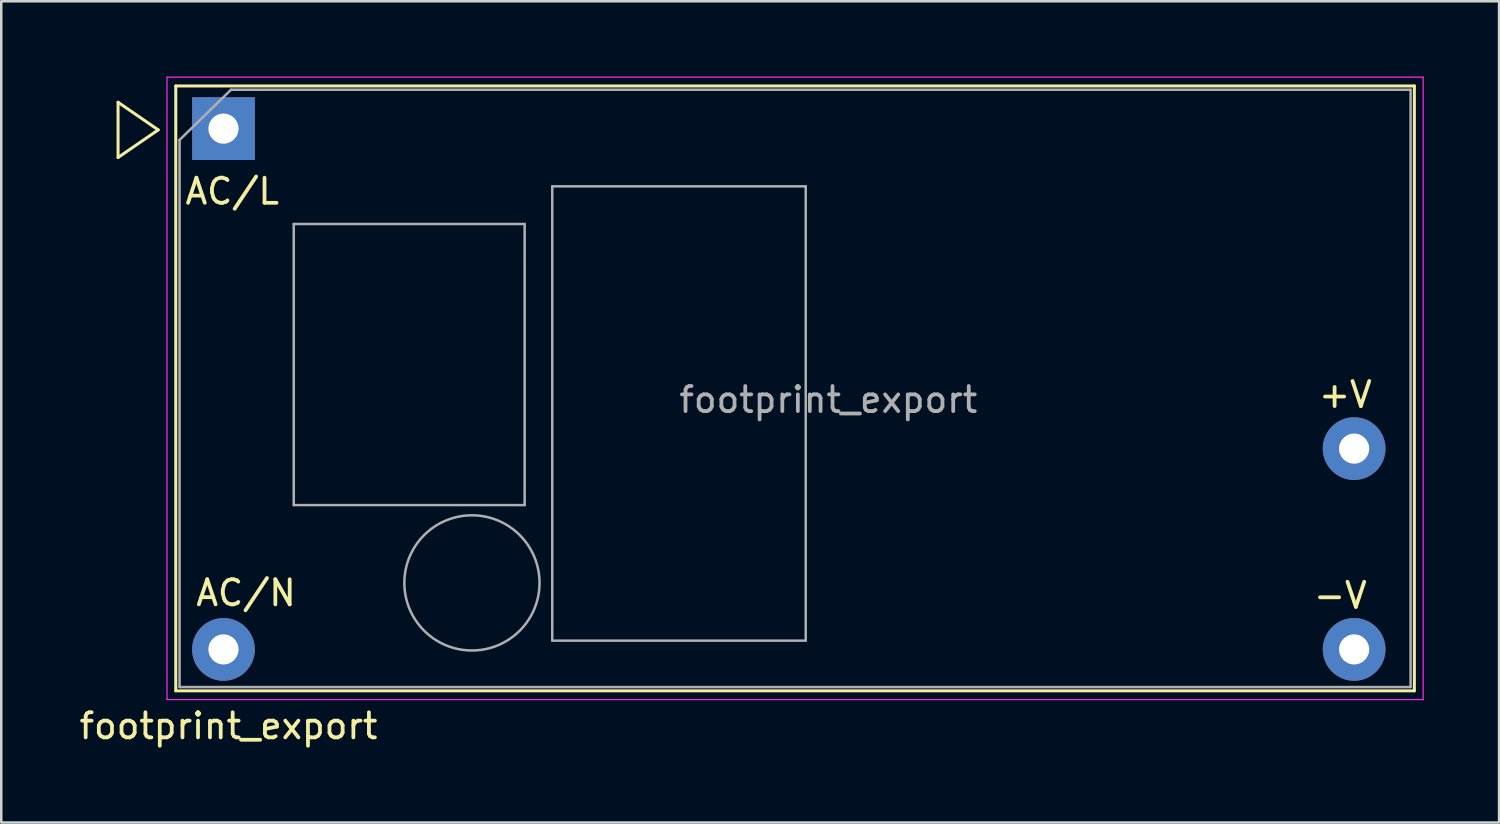
<source format=kicad_pcb>
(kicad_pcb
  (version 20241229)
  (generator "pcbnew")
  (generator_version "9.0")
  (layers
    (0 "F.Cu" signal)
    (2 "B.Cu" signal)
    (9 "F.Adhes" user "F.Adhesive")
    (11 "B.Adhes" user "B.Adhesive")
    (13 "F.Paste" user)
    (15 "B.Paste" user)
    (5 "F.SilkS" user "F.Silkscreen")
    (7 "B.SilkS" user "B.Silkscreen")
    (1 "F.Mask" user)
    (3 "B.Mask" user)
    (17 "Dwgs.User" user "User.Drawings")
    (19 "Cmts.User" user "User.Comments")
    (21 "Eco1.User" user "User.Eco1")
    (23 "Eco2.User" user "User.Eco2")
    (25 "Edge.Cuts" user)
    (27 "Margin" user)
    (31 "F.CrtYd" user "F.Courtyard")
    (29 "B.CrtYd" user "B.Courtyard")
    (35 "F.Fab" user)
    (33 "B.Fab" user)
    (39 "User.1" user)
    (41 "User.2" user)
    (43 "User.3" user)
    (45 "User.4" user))
  (footprint "footprint_export"
    (layer "F.Cu")
    (at 5.854 2.075)
    (property "Reference" "footprint_export" (at 0.2 23.8 0) (layer "F.SilkS") (effects (font (size 1 1) (thickness 0.15))))
    (attr through_hole)
    (fp_line (start -4.2 1.15) (end -4.2 -1.05) (stroke (width 0.12) (type default)) (layer "F.SilkS"))
    (fp_line (start -2.6 0.05) (end -4.2 -1.05) (stroke (width 0.12) (type default)) (layer "F.SilkS"))
    (fp_line (start -2.6 0.05) (end -4.2 1.15) (stroke (width 0.12) (type default)) (layer "F.SilkS"))
    (fp_line (start -1.9 -1.7) (end -1.9 22.4) (stroke (width 0.12) (type solid)) (layer "F.SilkS"))
    (fp_line (start -1.9 22.4) (end 47.45 22.4) (stroke (width 0.12) (type solid)) (layer "F.SilkS"))
    (fp_line (start 47.45 -1.7) (end -1.9 -1.7) (stroke (width 0.12) (type solid)) (layer "F.SilkS"))
    (fp_line (start 47.45 22.4) (end 47.45 -1.7) (stroke (width 0.12) (type solid)) (layer "F.SilkS"))
    (fp_line (start -2.25 -2.05) (end -2.25 22.75) (stroke (width 0.05) (type solid)) (layer "F.CrtYd"))
    (fp_line (start -2.25 22.75) (end 47.8 22.75) (stroke (width 0.05) (type solid)) (layer "F.CrtYd"))
    (fp_line (start 47.8 -2.05) (end -2.25 -2.05) (stroke (width 0.05) (type solid)) (layer "F.CrtYd"))
    (fp_line (start 47.8 22.75) (end 47.8 -2.05) (stroke (width 0.05) (type solid)) (layer "F.CrtYd"))
    (fp_line (start -1.75 0.45) (end -1.75 22.25) (stroke (width 0.1) (type solid)) (layer "F.Fab"))
    (fp_line (start -1.75 22.25) (end 47.3 22.25) (stroke (width 0.1) (type solid)) (layer "F.Fab"))
    (fp_line (start 0.3 -1.55) (end -1.75 0.45) (stroke (width 0.1) (type default)) (layer "F.Fab"))
    (fp_line (start 2.8 3.8) (end 12 3.8) (stroke (width 0.1) (type solid)) (layer "F.Fab"))
    (fp_line (start 2.8 15) (end 2.8 3.8) (stroke (width 0.1) (type solid)) (layer "F.Fab"))
    (fp_line (start 12 3.8) (end 12 15) (stroke (width 0.1) (type solid)) (layer "F.Fab"))
    (fp_line (start 12 15) (end 2.8 15) (stroke (width 0.1) (type solid)) (layer "F.Fab"))
    (fp_line (start 13.1 2.3) (end 23.2 2.3) (stroke (width 0.1) (type solid)) (layer "F.Fab"))
    (fp_line (start 13.1 20.4) (end 13.1 2.3) (stroke (width 0.1) (type solid)) (layer "F.Fab"))
    (fp_line (start 23.2 2.3) (end 23.2 20.4) (stroke (width 0.1) (type solid)) (layer "F.Fab"))
    (fp_line (start 23.2 20.4) (end 13.1 20.4) (stroke (width 0.1) (type solid)) (layer "F.Fab"))
    (fp_line (start 47.3 -1.55) (end 0.3 -1.55) (stroke (width 0.1) (type solid)) (layer "F.Fab"))
    (fp_line (start 47.3 22.25) (end 47.3 -1.55) (stroke (width 0.1) (type solid)) (layer "F.Fab"))
    (fp_circle (center 9.9 18.1) (end 12.593 18.1) (stroke (width 0.1) (type solid)) (fill no) (layer "F.Fab"))
    (fp_text user "AC/N" (at 0.9 18.5 0) (layer "F.SilkS") (effects (font (size 1 1) (thickness 0.15))))
    (fp_text user "-V" (at 44.5 18.6 0) (layer "F.SilkS") (effects (font (size 1 1) (thickness 0.15))))
    (fp_text user "+V" (at 44.7 10.6 0) (layer "F.SilkS") (effects (font (size 1 1) (thickness 0.15))))
    (fp_text user "AC/L" (at 0.35 2.5 0) (layer "F.SilkS") (effects (font (size 1 1) (thickness 0.15))))
    (fp_text user "${REFERENCE}" (at 24.1 10.8 180) (layer "F.Fab") (effects (font (size 1 1) (thickness 0.15))))
    (pad "1" thru_hole rect (at 0 0) (size 2.5 2.5) (drill 1.2) (layers "*.Cu" "*.Mask"))
    (pad "2" thru_hole circle (at 0 20.75) (size 2.5 2.5) (drill 1.2) (layers "*.Cu" "*.Mask"))
    (pad "3" thru_hole circle (at 45.05 20.75) (size 2.5 2.5) (drill 1.2) (layers "*.Cu" "*.Mask"))
    (pad "4" thru_hole circle (at 45.05 12.75) (size 2.5 2.5) (drill 1.2) (layers "*.Cu" "*.Mask")))
  (gr_rect
    (start -3 -3)
    (end 56.679 29.723)
    (stroke (width 0.1) (type default))
    (fill no)
    (layer "Edge.Cuts")))
</source>
